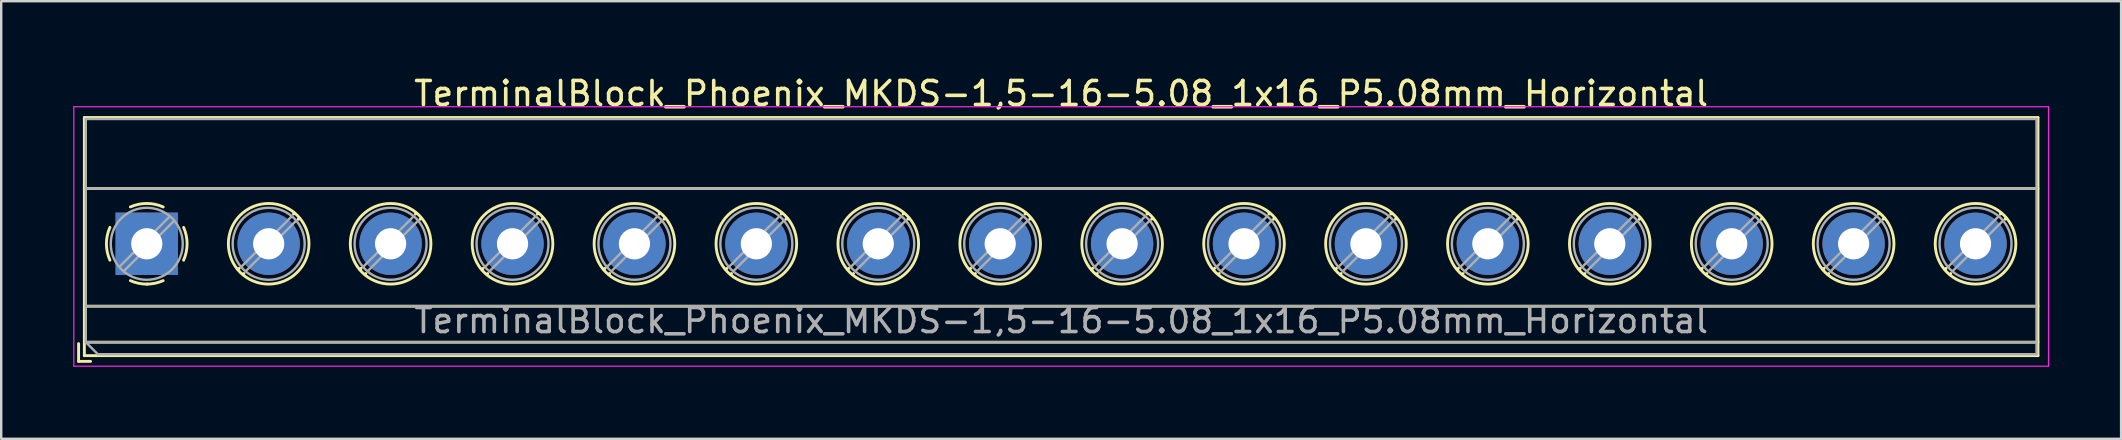
<source format=kicad_pcb>
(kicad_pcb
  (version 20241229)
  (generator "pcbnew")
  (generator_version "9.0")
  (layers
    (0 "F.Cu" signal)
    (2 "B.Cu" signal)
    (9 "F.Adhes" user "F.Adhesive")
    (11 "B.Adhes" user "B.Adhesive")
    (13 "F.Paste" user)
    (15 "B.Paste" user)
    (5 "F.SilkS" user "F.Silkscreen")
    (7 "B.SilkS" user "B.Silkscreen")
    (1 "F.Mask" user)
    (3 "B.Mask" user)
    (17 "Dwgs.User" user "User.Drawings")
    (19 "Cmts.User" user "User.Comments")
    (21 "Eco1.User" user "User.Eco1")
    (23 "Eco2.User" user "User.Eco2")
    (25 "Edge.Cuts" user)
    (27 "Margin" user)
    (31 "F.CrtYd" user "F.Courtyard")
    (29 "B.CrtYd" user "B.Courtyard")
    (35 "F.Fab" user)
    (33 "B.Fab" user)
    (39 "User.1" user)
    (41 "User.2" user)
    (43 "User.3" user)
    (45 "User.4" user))
  (footprint "TerminalBlock_Phoenix_MKDS-1,5-16-5.08_1x16_P5.08mm_Horizontal"
    (layer "F.Cu")
    (at 3.065 7.108)
    (property "Reference" "TerminalBlock_Phoenix_MKDS-1,5-16-5.08_1x16_P5.08mm_Horizontal" (at 38.1 -6.26 0) (layer "F.SilkS") (effects (font (size 1 1) (thickness 0.15))))
    (attr through_hole)
    (fp_line (start -2.84 4.16) (end -2.84 4.9) (stroke (width 0.12) (type solid)) (layer "F.SilkS"))
    (fp_line (start -2.84 4.9) (end -2.34 4.9) (stroke (width 0.12) (type solid)) (layer "F.SilkS"))
    (fp_line (start -2.6 -5.261) (end -2.6 4.66) (stroke (width 0.12) (type solid)) (layer "F.SilkS"))
    (fp_line (start -2.6 -5.261) (end 78.801 -5.261) (stroke (width 0.12) (type solid)) (layer "F.SilkS"))
    (fp_line (start -2.6 -2.301) (end 78.801 -2.301) (stroke (width 0.12) (type solid)) (layer "F.SilkS"))
    (fp_line (start -2.6 2.6) (end 78.801 2.6) (stroke (width 0.12) (type solid)) (layer "F.SilkS"))
    (fp_line (start -2.6 4.1) (end 78.801 4.1) (stroke (width 0.12) (type solid)) (layer "F.SilkS"))
    (fp_line (start -2.6 4.66) (end 78.801 4.66) (stroke (width 0.12) (type solid)) (layer "F.SilkS"))
    (fp_line (start 3.853 1.023) (end 3.806 1.069) (stroke (width 0.12) (type solid)) (layer "F.SilkS"))
    (fp_line (start 4.046 1.239) (end 4.011 1.274) (stroke (width 0.12) (type solid)) (layer "F.SilkS"))
    (fp_line (start 6.15 -1.275) (end 6.115 -1.239) (stroke (width 0.12) (type solid)) (layer "F.SilkS"))
    (fp_line (start 6.355 -1.069) (end 6.308 -1.023) (stroke (width 0.12) (type solid)) (layer "F.SilkS"))
    (fp_line (start 8.933 1.023) (end 8.886 1.069) (stroke (width 0.12) (type solid)) (layer "F.SilkS"))
    (fp_line (start 9.126 1.239) (end 9.091 1.274) (stroke (width 0.12) (type solid)) (layer "F.SilkS"))
    (fp_line (start 11.23 -1.275) (end 11.195 -1.239) (stroke (width 0.12) (type solid)) (layer "F.SilkS"))
    (fp_line (start 11.435 -1.069) (end 11.388 -1.023) (stroke (width 0.12) (type solid)) (layer "F.SilkS"))
    (fp_line (start 14.013 1.023) (end 13.966 1.069) (stroke (width 0.12) (type solid)) (layer "F.SilkS"))
    (fp_line (start 14.206 1.239) (end 14.171 1.274) (stroke (width 0.12) (type solid)) (layer "F.SilkS"))
    (fp_line (start 16.31 -1.275) (end 16.275 -1.239) (stroke (width 0.12) (type solid)) (layer "F.SilkS"))
    (fp_line (start 16.515 -1.069) (end 16.468 -1.023) (stroke (width 0.12) (type solid)) (layer "F.SilkS"))
    (fp_line (start 19.093 1.023) (end 19.046 1.069) (stroke (width 0.12) (type solid)) (layer "F.SilkS"))
    (fp_line (start 19.286 1.239) (end 19.251 1.274) (stroke (width 0.12) (type solid)) (layer "F.SilkS"))
    (fp_line (start 21.39 -1.275) (end 21.355 -1.239) (stroke (width 0.12) (type solid)) (layer "F.SilkS"))
    (fp_line (start 21.595 -1.069) (end 21.548 -1.023) (stroke (width 0.12) (type solid)) (layer "F.SilkS"))
    (fp_line (start 24.173 1.023) (end 24.126 1.069) (stroke (width 0.12) (type solid)) (layer "F.SilkS"))
    (fp_line (start 24.366 1.239) (end 24.331 1.274) (stroke (width 0.12) (type solid)) (layer "F.SilkS"))
    (fp_line (start 26.47 -1.275) (end 26.435 -1.239) (stroke (width 0.12) (type solid)) (layer "F.SilkS"))
    (fp_line (start 26.675 -1.069) (end 26.628 -1.023) (stroke (width 0.12) (type solid)) (layer "F.SilkS"))
    (fp_line (start 29.253 1.023) (end 29.206 1.069) (stroke (width 0.12) (type solid)) (layer "F.SilkS"))
    (fp_line (start 29.446 1.239) (end 29.411 1.274) (stroke (width 0.12) (type solid)) (layer "F.SilkS"))
    (fp_line (start 31.55 -1.275) (end 31.515 -1.239) (stroke (width 0.12) (type solid)) (layer "F.SilkS"))
    (fp_line (start 31.755 -1.069) (end 31.708 -1.023) (stroke (width 0.12) (type solid)) (layer "F.SilkS"))
    (fp_line (start 34.333 1.023) (end 34.286 1.069) (stroke (width 0.12) (type solid)) (layer "F.SilkS"))
    (fp_line (start 34.526 1.239) (end 34.491 1.274) (stroke (width 0.12) (type solid)) (layer "F.SilkS"))
    (fp_line (start 36.63 -1.275) (end 36.595 -1.239) (stroke (width 0.12) (type solid)) (layer "F.SilkS"))
    (fp_line (start 36.835 -1.069) (end 36.788 -1.023) (stroke (width 0.12) (type solid)) (layer "F.SilkS"))
    (fp_line (start 39.413 1.023) (end 39.366 1.069) (stroke (width 0.12) (type solid)) (layer "F.SilkS"))
    (fp_line (start 39.606 1.239) (end 39.571 1.274) (stroke (width 0.12) (type solid)) (layer "F.SilkS"))
    (fp_line (start 41.71 -1.275) (end 41.675 -1.239) (stroke (width 0.12) (type solid)) (layer "F.SilkS"))
    (fp_line (start 41.915 -1.069) (end 41.868 -1.023) (stroke (width 0.12) (type solid)) (layer "F.SilkS"))
    (fp_line (start 44.493 1.023) (end 44.446 1.069) (stroke (width 0.12) (type solid)) (layer "F.SilkS"))
    (fp_line (start 44.686 1.239) (end 44.651 1.274) (stroke (width 0.12) (type solid)) (layer "F.SilkS"))
    (fp_line (start 46.79 -1.275) (end 46.755 -1.239) (stroke (width 0.12) (type solid)) (layer "F.SilkS"))
    (fp_line (start 46.995 -1.069) (end 46.948 -1.023) (stroke (width 0.12) (type solid)) (layer "F.SilkS"))
    (fp_line (start 49.573 1.023) (end 49.526 1.069) (stroke (width 0.12) (type solid)) (layer "F.SilkS"))
    (fp_line (start 49.766 1.239) (end 49.731 1.274) (stroke (width 0.12) (type solid)) (layer "F.SilkS"))
    (fp_line (start 51.87 -1.275) (end 51.835 -1.239) (stroke (width 0.12) (type solid)) (layer "F.SilkS"))
    (fp_line (start 52.075 -1.069) (end 52.028 -1.023) (stroke (width 0.12) (type solid)) (layer "F.SilkS"))
    (fp_line (start 54.653 1.023) (end 54.606 1.069) (stroke (width 0.12) (type solid)) (layer "F.SilkS"))
    (fp_line (start 54.846 1.239) (end 54.811 1.274) (stroke (width 0.12) (type solid)) (layer "F.SilkS"))
    (fp_line (start 56.95 -1.275) (end 56.915 -1.239) (stroke (width 0.12) (type solid)) (layer "F.SilkS"))
    (fp_line (start 57.155 -1.069) (end 57.108 -1.023) (stroke (width 0.12) (type solid)) (layer "F.SilkS"))
    (fp_line (start 59.733 1.023) (end 59.686 1.069) (stroke (width 0.12) (type solid)) (layer "F.SilkS"))
    (fp_line (start 59.926 1.239) (end 59.891 1.274) (stroke (width 0.12) (type solid)) (layer "F.SilkS"))
    (fp_line (start 62.03 -1.275) (end 61.995 -1.239) (stroke (width 0.12) (type solid)) (layer "F.SilkS"))
    (fp_line (start 62.235 -1.069) (end 62.188 -1.023) (stroke (width 0.12) (type solid)) (layer "F.SilkS"))
    (fp_line (start 64.813 1.023) (end 64.766 1.069) (stroke (width 0.12) (type solid)) (layer "F.SilkS"))
    (fp_line (start 65.006 1.239) (end 64.971 1.274) (stroke (width 0.12) (type solid)) (layer "F.SilkS"))
    (fp_line (start 67.11 -1.275) (end 67.075 -1.239) (stroke (width 0.12) (type solid)) (layer "F.SilkS"))
    (fp_line (start 67.315 -1.069) (end 67.268 -1.023) (stroke (width 0.12) (type solid)) (layer "F.SilkS"))
    (fp_line (start 69.893 1.023) (end 69.846 1.069) (stroke (width 0.12) (type solid)) (layer "F.SilkS"))
    (fp_line (start 70.086 1.239) (end 70.051 1.274) (stroke (width 0.12) (type solid)) (layer "F.SilkS"))
    (fp_line (start 72.19 -1.275) (end 72.155 -1.239) (stroke (width 0.12) (type solid)) (layer "F.SilkS"))
    (fp_line (start 72.395 -1.069) (end 72.348 -1.023) (stroke (width 0.12) (type solid)) (layer "F.SilkS"))
    (fp_line (start 74.973 1.023) (end 74.926 1.069) (stroke (width 0.12) (type solid)) (layer "F.SilkS"))
    (fp_line (start 75.166 1.239) (end 75.131 1.274) (stroke (width 0.12) (type solid)) (layer "F.SilkS"))
    (fp_line (start 77.27 -1.275) (end 77.235 -1.239) (stroke (width 0.12) (type solid)) (layer "F.SilkS"))
    (fp_line (start 77.475 -1.069) (end 77.428 -1.023) (stroke (width 0.12) (type solid)) (layer "F.SilkS"))
    (fp_line (start 78.801 -5.261) (end 78.801 4.66) (stroke (width 0.12) (type solid)) (layer "F.SilkS"))
    (fp_arc (start -1.535427 0.683042) (mid -1.680501 -0.000524) (end -1.535 -0.684) (stroke (width 0.12) (type solid)) (layer "F.SilkS"))
    (fp_arc (start -0.683042 -1.535427) (mid 0.000524 -1.680501) (end 0.684 -1.535) (stroke (width 0.12) (type solid)) (layer "F.SilkS"))
    (fp_arc (start 0.028805 1.680253) (mid -0.335551 1.646659) (end -0.684 1.535) (stroke (width 0.12) (type solid)) (layer "F.SilkS"))
    (fp_arc (start 0.683318 1.534756) (mid 0.349292 1.643288) (end 0 1.68) (stroke (width 0.12) (type solid)) (layer "F.SilkS"))
    (fp_arc (start 1.535427 -0.683042) (mid 1.680501 0.000524) (end 1.535 0.684) (stroke (width 0.12) (type solid)) (layer "F.SilkS"))
    (fp_circle (center 5.08 0) (end 6.76 0) (stroke (width 0.12) (type solid)) (fill no) (layer "F.SilkS"))
    (fp_circle (center 10.16 0) (end 11.84 0) (stroke (width 0.12) (type solid)) (fill no) (layer "F.SilkS"))
    (fp_circle (center 15.24 0) (end 16.92 0) (stroke (width 0.12) (type solid)) (fill no) (layer "F.SilkS"))
    (fp_circle (center 20.32 0) (end 22 0) (stroke (width 0.12) (type solid)) (fill no) (layer "F.SilkS"))
    (fp_circle (center 25.4 0) (end 27.08 0) (stroke (width 0.12) (type solid)) (fill no) (layer "F.SilkS"))
    (fp_circle (center 30.48 0) (end 32.16 0) (stroke (width 0.12) (type solid)) (fill no) (layer "F.SilkS"))
    (fp_circle (center 35.56 0) (end 37.24 0) (stroke (width 0.12) (type solid)) (fill no) (layer "F.SilkS"))
    (fp_circle (center 40.64 0) (end 42.32 0) (stroke (width 0.12) (type solid)) (fill no) (layer "F.SilkS"))
    (fp_circle (center 45.72 0) (end 47.4 0) (stroke (width 0.12) (type solid)) (fill no) (layer "F.SilkS"))
    (fp_circle (center 50.8 0) (end 52.48 0) (stroke (width 0.12) (type solid)) (fill no) (layer "F.SilkS"))
    (fp_circle (center 55.88 0) (end 57.56 0) (stroke (width 0.12) (type solid)) (fill no) (layer "F.SilkS"))
    (fp_circle (center 60.96 0) (end 62.64 0) (stroke (width 0.12) (type solid)) (fill no) (layer "F.SilkS"))
    (fp_circle (center 66.04 0) (end 67.72 0) (stroke (width 0.12) (type solid)) (fill no) (layer "F.SilkS"))
    (fp_circle (center 71.12 0) (end 72.8 0) (stroke (width 0.12) (type solid)) (fill no) (layer "F.SilkS"))
    (fp_circle (center 76.2 0) (end 77.88 0) (stroke (width 0.12) (type solid)) (fill no) (layer "F.SilkS"))
    (fp_line (start -3.04 -5.71) (end -3.04 5.1) (stroke (width 0.05) (type solid)) (layer "F.CrtYd"))
    (fp_line (start -3.04 5.1) (end 79.24 5.1) (stroke (width 0.05) (type solid)) (layer "F.CrtYd"))
    (fp_line (start 79.24 -5.71) (end -3.04 -5.71) (stroke (width 0.05) (type solid)) (layer "F.CrtYd"))
    (fp_line (start 79.24 5.1) (end 79.24 -5.71) (stroke (width 0.05) (type solid)) (layer "F.CrtYd"))
    (fp_line (start -2.54 -5.2) (end 78.74 -5.2) (stroke (width 0.1) (type solid)) (layer "F.Fab"))
    (fp_line (start -2.54 -2.3) (end 78.74 -2.3) (stroke (width 0.1) (type solid)) (layer "F.Fab"))
    (fp_line (start -2.54 2.6) (end 78.74 2.6) (stroke (width 0.1) (type solid)) (layer "F.Fab"))
    (fp_line (start -2.54 4.1) (end -2.54 -5.2) (stroke (width 0.1) (type solid)) (layer "F.Fab"))
    (fp_line (start -2.54 4.1) (end 78.74 4.1) (stroke (width 0.1) (type solid)) (layer "F.Fab"))
    (fp_line (start -2.04 4.6) (end -2.54 4.1) (stroke (width 0.1) (type solid)) (layer "F.Fab"))
    (fp_line (start 0.955 -1.138) (end -1.138 0.955) (stroke (width 0.1) (type solid)) (layer "F.Fab"))
    (fp_line (start 1.138 -0.955) (end -0.955 1.138) (stroke (width 0.1) (type solid)) (layer "F.Fab"))
    (fp_line (start 6.035 -1.138) (end 3.943 0.955) (stroke (width 0.1) (type solid)) (layer "F.Fab"))
    (fp_line (start 6.218 -0.955) (end 4.126 1.138) (stroke (width 0.1) (type solid)) (layer "F.Fab"))
    (fp_line (start 11.115 -1.138) (end 9.023 0.955) (stroke (width 0.1) (type solid)) (layer "F.Fab"))
    (fp_line (start 11.298 -0.955) (end 9.206 1.138) (stroke (width 0.1) (type solid)) (layer "F.Fab"))
    (fp_line (start 16.195 -1.138) (end 14.103 0.955) (stroke (width 0.1) (type solid)) (layer "F.Fab"))
    (fp_line (start 16.378 -0.955) (end 14.286 1.138) (stroke (width 0.1) (type solid)) (layer "F.Fab"))
    (fp_line (start 21.275 -1.138) (end 19.183 0.955) (stroke (width 0.1) (type solid)) (layer "F.Fab"))
    (fp_line (start 21.458 -0.955) (end 19.366 1.138) (stroke (width 0.1) (type solid)) (layer "F.Fab"))
    (fp_line (start 26.355 -1.138) (end 24.263 0.955) (stroke (width 0.1) (type solid)) (layer "F.Fab"))
    (fp_line (start 26.538 -0.955) (end 24.446 1.138) (stroke (width 0.1) (type solid)) (layer "F.Fab"))
    (fp_line (start 31.435 -1.138) (end 29.343 0.955) (stroke (width 0.1) (type solid)) (layer "F.Fab"))
    (fp_line (start 31.618 -0.955) (end 29.526 1.138) (stroke (width 0.1) (type solid)) (layer "F.Fab"))
    (fp_line (start 36.515 -1.138) (end 34.423 0.955) (stroke (width 0.1) (type solid)) (layer "F.Fab"))
    (fp_line (start 36.698 -0.955) (end 34.606 1.138) (stroke (width 0.1) (type solid)) (layer "F.Fab"))
    (fp_line (start 41.595 -1.138) (end 39.503 0.955) (stroke (width 0.1) (type solid)) (layer "F.Fab"))
    (fp_line (start 41.778 -0.955) (end 39.686 1.138) (stroke (width 0.1) (type solid)) (layer "F.Fab"))
    (fp_line (start 46.675 -1.138) (end 44.583 0.955) (stroke (width 0.1) (type solid)) (layer "F.Fab"))
    (fp_line (start 46.858 -0.955) (end 44.766 1.138) (stroke (width 0.1) (type solid)) (layer "F.Fab"))
    (fp_line (start 51.755 -1.138) (end 49.663 0.955) (stroke (width 0.1) (type solid)) (layer "F.Fab"))
    (fp_line (start 51.938 -0.955) (end 49.846 1.138) (stroke (width 0.1) (type solid)) (layer "F.Fab"))
    (fp_line (start 56.835 -1.138) (end 54.743 0.955) (stroke (width 0.1) (type solid)) (layer "F.Fab"))
    (fp_line (start 57.018 -0.955) (end 54.926 1.138) (stroke (width 0.1) (type solid)) (layer "F.Fab"))
    (fp_line (start 61.915 -1.138) (end 59.823 0.955) (stroke (width 0.1) (type solid)) (layer "F.Fab"))
    (fp_line (start 62.098 -0.955) (end 60.006 1.138) (stroke (width 0.1) (type solid)) (layer "F.Fab"))
    (fp_line (start 66.995 -1.138) (end 64.903 0.955) (stroke (width 0.1) (type solid)) (layer "F.Fab"))
    (fp_line (start 67.178 -0.955) (end 65.086 1.138) (stroke (width 0.1) (type solid)) (layer "F.Fab"))
    (fp_line (start 72.075 -1.138) (end 69.983 0.955) (stroke (width 0.1) (type solid)) (layer "F.Fab"))
    (fp_line (start 72.258 -0.955) (end 70.166 1.138) (stroke (width 0.1) (type solid)) (layer "F.Fab"))
    (fp_line (start 77.155 -1.138) (end 75.063 0.955) (stroke (width 0.1) (type solid)) (layer "F.Fab"))
    (fp_line (start 77.338 -0.955) (end 75.246 1.138) (stroke (width 0.1) (type solid)) (layer "F.Fab"))
    (fp_line (start 78.74 -5.2) (end 78.74 4.6) (stroke (width 0.1) (type solid)) (layer "F.Fab"))
    (fp_line (start 78.74 4.6) (end -2.04 4.6) (stroke (width 0.1) (type solid)) (layer "F.Fab"))
    (fp_circle (center 0 0) (end 1.5 0) (stroke (width 0.1) (type solid)) (fill no) (layer "F.Fab"))
    (fp_circle (center 5.08 0) (end 6.58 0) (stroke (width 0.1) (type solid)) (fill no) (layer "F.Fab"))
    (fp_circle (center 10.16 0) (end 11.66 0) (stroke (width 0.1) (type solid)) (fill no) (layer "F.Fab"))
    (fp_circle (center 15.24 0) (end 16.74 0) (stroke (width 0.1) (type solid)) (fill no) (layer "F.Fab"))
    (fp_circle (center 20.32 0) (end 21.82 0) (stroke (width 0.1) (type solid)) (fill no) (layer "F.Fab"))
    (fp_circle (center 25.4 0) (end 26.9 0) (stroke (width 0.1) (type solid)) (fill no) (layer "F.Fab"))
    (fp_circle (center 30.48 0) (end 31.98 0) (stroke (width 0.1) (type solid)) (fill no) (layer "F.Fab"))
    (fp_circle (center 35.56 0) (end 37.06 0) (stroke (width 0.1) (type solid)) (fill no) (layer "F.Fab"))
    (fp_circle (center 40.64 0) (end 42.14 0) (stroke (width 0.1) (type solid)) (fill no) (layer "F.Fab"))
    (fp_circle (center 45.72 0) (end 47.22 0) (stroke (width 0.1) (type solid)) (fill no) (layer "F.Fab"))
    (fp_circle (center 50.8 0) (end 52.3 0) (stroke (width 0.1) (type solid)) (fill no) (layer "F.Fab"))
    (fp_circle (center 55.88 0) (end 57.38 0) (stroke (width 0.1) (type solid)) (fill no) (layer "F.Fab"))
    (fp_circle (center 60.96 0) (end 62.46 0) (stroke (width 0.1) (type solid)) (fill no) (layer "F.Fab"))
    (fp_circle (center 66.04 0) (end 67.54 0) (stroke (width 0.1) (type solid)) (fill no) (layer "F.Fab"))
    (fp_circle (center 71.12 0) (end 72.62 0) (stroke (width 0.1) (type solid)) (fill no) (layer "F.Fab"))
    (fp_circle (center 76.2 0) (end 77.7 0) (stroke (width 0.1) (type solid)) (fill no) (layer "F.Fab"))
    (fp_text user "${REFERENCE}" (at 38.1 3.2 0) (layer "F.Fab") (effects (font (size 1 1) (thickness 0.15))))
    (pad "1" thru_hole rect (at 0 0) (size 2.6 2.6) (drill 1.3) (layers "*.Cu" "*.Mask"))
    (pad "2" thru_hole circle (at 5.08 0) (size 2.6 2.6) (drill 1.3) (layers "*.Cu" "*.Mask"))
    (pad "3" thru_hole circle (at 10.16 0) (size 2.6 2.6) (drill 1.3) (layers "*.Cu" "*.Mask"))
    (pad "4" thru_hole circle (at 15.24 0) (size 2.6 2.6) (drill 1.3) (layers "*.Cu" "*.Mask"))
    (pad "5" thru_hole circle (at 20.32 0) (size 2.6 2.6) (drill 1.3) (layers "*.Cu" "*.Mask"))
    (pad "6" thru_hole circle (at 25.4 0) (size 2.6 2.6) (drill 1.3) (layers "*.Cu" "*.Mask"))
    (pad "7" thru_hole circle (at 30.48 0) (size 2.6 2.6) (drill 1.3) (layers "*.Cu" "*.Mask"))
    (pad "8" thru_hole circle (at 35.56 0) (size 2.6 2.6) (drill 1.3) (layers "*.Cu" "*.Mask"))
    (pad "9" thru_hole circle (at 40.64 0) (size 2.6 2.6) (drill 1.3) (layers "*.Cu" "*.Mask"))
    (pad "10" thru_hole circle (at 45.72 0) (size 2.6 2.6) (drill 1.3) (layers "*.Cu" "*.Mask"))
    (pad "11" thru_hole circle (at 50.8 0) (size 2.6 2.6) (drill 1.3) (layers "*.Cu" "*.Mask"))
    (pad "12" thru_hole circle (at 55.88 0) (size 2.6 2.6) (drill 1.3) (layers "*.Cu" "*.Mask"))
    (pad "13" thru_hole circle (at 60.96 0) (size 2.6 2.6) (drill 1.3) (layers "*.Cu" "*.Mask"))
    (pad "14" thru_hole circle (at 66.04 0) (size 2.6 2.6) (drill 1.3) (layers "*.Cu" "*.Mask"))
    (pad "15" thru_hole circle (at 71.12 0) (size 2.6 2.6) (drill 1.3) (layers "*.Cu" "*.Mask"))
    (pad "16" thru_hole circle (at 76.2 0) (size 2.6 2.6) (drill 1.3) (layers "*.Cu" "*.Mask")))
  (gr_rect
    (start -3 -3)
    (end 85.33 15.233)
    (stroke (width 0.1) (type default))
    (fill no)
    (layer "Edge.Cuts")))
</source>
